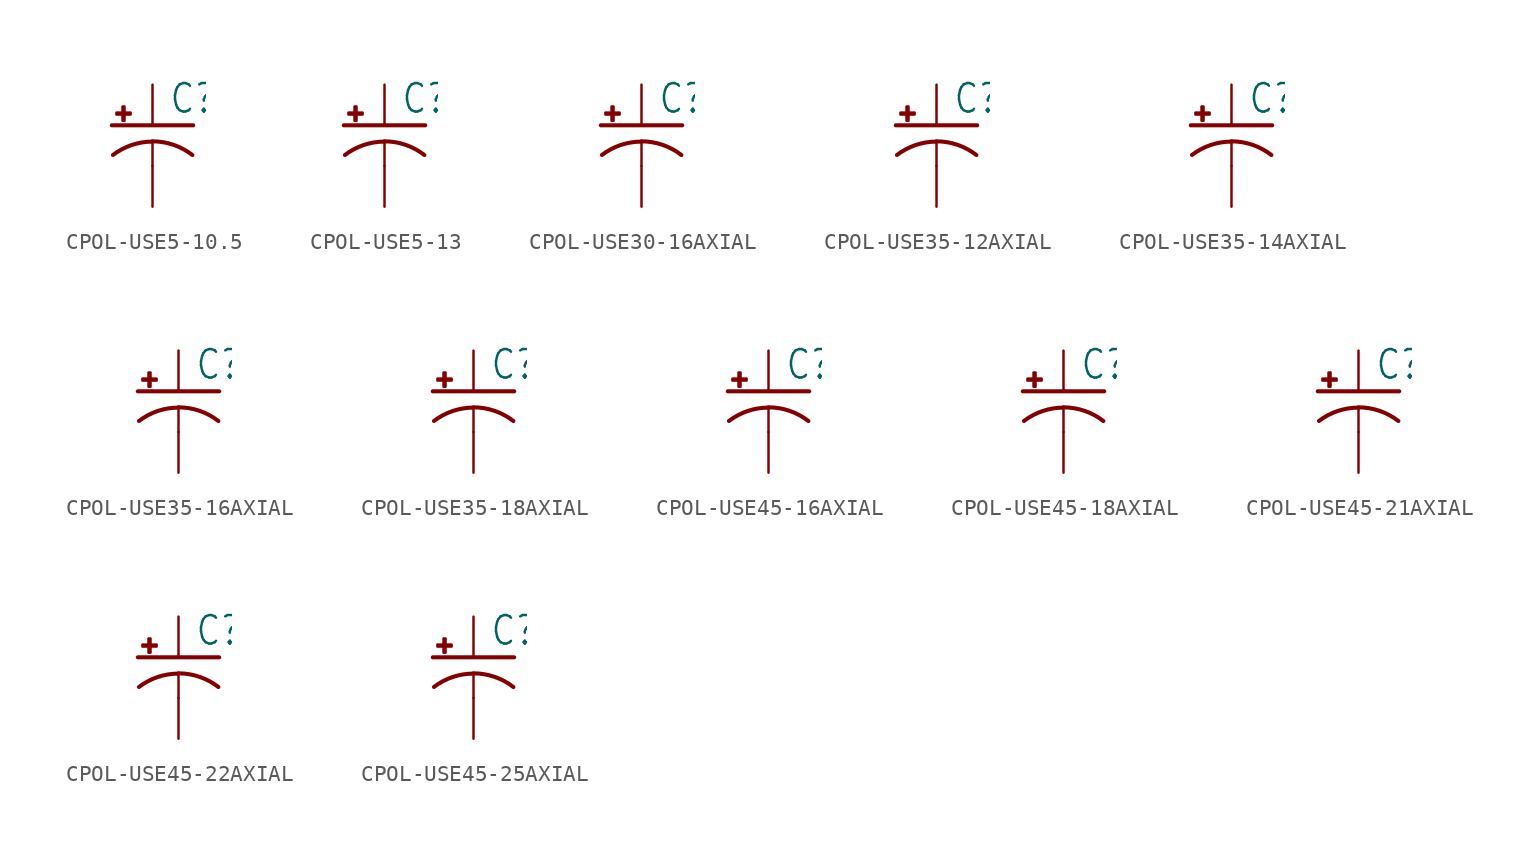
<source format=kicad_sym>
(kicad_symbol_lib
  (version 20241209)
  (generator "kicad_symbol_editor")
  (generator_version "9.0")
  (symbol "CPOL-USE5-10.5"
    (property "Reference" "C"
      (at 1.016 0.635 0)
      (effects (font (size 1.778 1.511)) (justify left bottom)))
    (property "Value" ""
      (at 1.016 -4.191 0)
      (effects (font (size 1.778 1.511)) (justify left bottom)))
    (property "ki_locked" ""
      (at 0 0 0)
      (effects (font (size 1.27 1.27))))
    (symbol "CPOL-USE5-10.5_1_0"
      (polyline (pts (xy -2.54 0) (xy 2.54 0)) (stroke (width 0.254) (type solid)) (fill (type none)))
      (rectangle (start -2.253 0.668) (end -1.364 0.795) (stroke (width 0) (type default)) (fill (type outline)))
      (rectangle (start -1.872 0.287) (end -1.745 1.176) (stroke (width 0) (type default)) (fill (type outline)))
      (arc (start -2.4669 -1.8504) (mid -1.3021 -1.2303) (end 0 -1.0161) (stroke (width 0.254) (type solid)) (fill (type none)))
      (polyline (pts (xy 0 -1.016) (xy 0 -2.54)) (stroke (width 0.152) (type solid)) (fill (type none)))
      (arc (start 0 -1) (mid 1.3158 -1.2195) (end 2.4892 -1.8541) (stroke (width 0.254) (type solid)) (fill (type none)))
      (pin passive line (at 0 2.54 270) (length 2.54) (name "+" (effects (font (size 0 0)))) (number "+" (effects (font (size 0 0)))))
      (pin passive line (at 0 -5.08 90) (length 2.54) (name "-" (effects (font (size 0 0)))) (number "-" (effects (font (size 0 0)))))))
  (symbol "CPOL-USE5-13"
    (property "Reference" "C"
      (at 1.016 0.635 0)
      (effects (font (size 1.778 1.511)) (justify left bottom)))
    (property "Value" ""
      (at 1.016 -4.191 0)
      (effects (font (size 1.778 1.511)) (justify left bottom)))
    (property "ki_locked" ""
      (at 0 0 0)
      (effects (font (size 1.27 1.27))))
    (symbol "CPOL-USE5-13_1_0"
      (polyline (pts (xy -2.54 0) (xy 2.54 0)) (stroke (width 0.254) (type solid)) (fill (type none)))
      (rectangle (start -2.253 0.668) (end -1.364 0.795) (stroke (width 0) (type default)) (fill (type outline)))
      (rectangle (start -1.872 0.287) (end -1.745 1.176) (stroke (width 0) (type default)) (fill (type outline)))
      (arc (start -2.4669 -1.8504) (mid -1.3021 -1.2303) (end 0 -1.0161) (stroke (width 0.254) (type solid)) (fill (type none)))
      (polyline (pts (xy 0 -1.016) (xy 0 -2.54)) (stroke (width 0.152) (type solid)) (fill (type none)))
      (arc (start 0 -1) (mid 1.3158 -1.2195) (end 2.4892 -1.8541) (stroke (width 0.254) (type solid)) (fill (type none)))
      (pin passive line (at 0 2.54 270) (length 2.54) (name "+" (effects (font (size 0 0)))) (number "+" (effects (font (size 0 0)))))
      (pin passive line (at 0 -5.08 90) (length 2.54) (name "-" (effects (font (size 0 0)))) (number "-" (effects (font (size 0 0)))))))
  (symbol "CPOL-USE30-16AXIAL"
    (property "Reference" "C"
      (at 1.016 0.635 0)
      (effects (font (size 1.778 1.511)) (justify left bottom)))
    (property "Value" ""
      (at 1.016 -4.191 0)
      (effects (font (size 1.778 1.511)) (justify left bottom)))
    (property "ki_locked" ""
      (at 0 0 0)
      (effects (font (size 1.27 1.27))))
    (symbol "CPOL-USE30-16AXIAL_1_0"
      (polyline (pts (xy -2.54 0) (xy 2.54 0)) (stroke (width 0.254) (type solid)) (fill (type none)))
      (rectangle (start -2.253 0.668) (end -1.364 0.795) (stroke (width 0) (type default)) (fill (type outline)))
      (rectangle (start -1.872 0.287) (end -1.745 1.176) (stroke (width 0) (type default)) (fill (type outline)))
      (arc (start -2.4669 -1.8504) (mid -1.3021 -1.2303) (end 0 -1.0161) (stroke (width 0.254) (type solid)) (fill (type none)))
      (polyline (pts (xy 0 -1.016) (xy 0 -2.54)) (stroke (width 0.152) (type solid)) (fill (type none)))
      (arc (start 0 -1) (mid 1.3158 -1.2195) (end 2.4892 -1.8541) (stroke (width 0.254) (type solid)) (fill (type none)))
      (pin passive line (at 0 2.54 270) (length 2.54) (name "+" (effects (font (size 0 0)))) (number "+" (effects (font (size 0 0)))))
      (pin passive line (at 0 -5.08 90) (length 2.54) (name "-" (effects (font (size 0 0)))) (number "-" (effects (font (size 0 0)))))))
  (symbol "CPOL-USE35-12AXIAL"
    (property "Reference" "C"
      (at 1.016 0.635 0)
      (effects (font (size 1.778 1.511)) (justify left bottom)))
    (property "Value" ""
      (at 1.016 -4.191 0)
      (effects (font (size 1.778 1.511)) (justify left bottom)))
    (property "ki_locked" ""
      (at 0 0 0)
      (effects (font (size 1.27 1.27))))
    (symbol "CPOL-USE35-12AXIAL_1_0"
      (polyline (pts (xy -2.54 0) (xy 2.54 0)) (stroke (width 0.254) (type solid)) (fill (type none)))
      (rectangle (start -2.253 0.668) (end -1.364 0.795) (stroke (width 0) (type default)) (fill (type outline)))
      (rectangle (start -1.872 0.287) (end -1.745 1.176) (stroke (width 0) (type default)) (fill (type outline)))
      (arc (start -2.4669 -1.8504) (mid -1.3021 -1.2303) (end 0 -1.0161) (stroke (width 0.254) (type solid)) (fill (type none)))
      (polyline (pts (xy 0 -1.016) (xy 0 -2.54)) (stroke (width 0.152) (type solid)) (fill (type none)))
      (arc (start 0 -1) (mid 1.3158 -1.2195) (end 2.4892 -1.8541) (stroke (width 0.254) (type solid)) (fill (type none)))
      (pin passive line (at 0 2.54 270) (length 2.54) (name "+" (effects (font (size 0 0)))) (number "+" (effects (font (size 0 0)))))
      (pin passive line (at 0 -5.08 90) (length 2.54) (name "-" (effects (font (size 0 0)))) (number "-" (effects (font (size 0 0)))))))
  (symbol "CPOL-USE35-14AXIAL"
    (property "Reference" "C"
      (at 1.016 0.635 0)
      (effects (font (size 1.778 1.511)) (justify left bottom)))
    (property "Value" ""
      (at 1.016 -4.191 0)
      (effects (font (size 1.778 1.511)) (justify left bottom)))
    (property "ki_locked" ""
      (at 0 0 0)
      (effects (font (size 1.27 1.27))))
    (symbol "CPOL-USE35-14AXIAL_1_0"
      (polyline (pts (xy -2.54 0) (xy 2.54 0)) (stroke (width 0.254) (type solid)) (fill (type none)))
      (rectangle (start -2.253 0.668) (end -1.364 0.795) (stroke (width 0) (type default)) (fill (type outline)))
      (rectangle (start -1.872 0.287) (end -1.745 1.176) (stroke (width 0) (type default)) (fill (type outline)))
      (arc (start -2.4669 -1.8504) (mid -1.3021 -1.2303) (end 0 -1.0161) (stroke (width 0.254) (type solid)) (fill (type none)))
      (polyline (pts (xy 0 -1.016) (xy 0 -2.54)) (stroke (width 0.152) (type solid)) (fill (type none)))
      (arc (start 0 -1) (mid 1.3158 -1.2195) (end 2.4892 -1.8541) (stroke (width 0.254) (type solid)) (fill (type none)))
      (pin passive line (at 0 2.54 270) (length 2.54) (name "+" (effects (font (size 0 0)))) (number "+" (effects (font (size 0 0)))))
      (pin passive line (at 0 -5.08 90) (length 2.54) (name "-" (effects (font (size 0 0)))) (number "-" (effects (font (size 0 0)))))))
  (symbol "CPOL-USE35-16AXIAL"
    (property "Reference" "C"
      (at 1.016 0.635 0)
      (effects (font (size 1.778 1.511)) (justify left bottom)))
    (property "Value" ""
      (at 1.016 -4.191 0)
      (effects (font (size 1.778 1.511)) (justify left bottom)))
    (property "ki_locked" ""
      (at 0 0 0)
      (effects (font (size 1.27 1.27))))
    (symbol "CPOL-USE35-16AXIAL_1_0"
      (polyline (pts (xy -2.54 0) (xy 2.54 0)) (stroke (width 0.254) (type solid)) (fill (type none)))
      (rectangle (start -2.253 0.668) (end -1.364 0.795) (stroke (width 0) (type default)) (fill (type outline)))
      (rectangle (start -1.872 0.287) (end -1.745 1.176) (stroke (width 0) (type default)) (fill (type outline)))
      (arc (start -2.4669 -1.8504) (mid -1.3021 -1.2303) (end 0 -1.0161) (stroke (width 0.254) (type solid)) (fill (type none)))
      (polyline (pts (xy 0 -1.016) (xy 0 -2.54)) (stroke (width 0.152) (type solid)) (fill (type none)))
      (arc (start 0 -1) (mid 1.3158 -1.2195) (end 2.4892 -1.8541) (stroke (width 0.254) (type solid)) (fill (type none)))
      (pin passive line (at 0 2.54 270) (length 2.54) (name "+" (effects (font (size 0 0)))) (number "+" (effects (font (size 0 0)))))
      (pin passive line (at 0 -5.08 90) (length 2.54) (name "-" (effects (font (size 0 0)))) (number "-" (effects (font (size 0 0)))))))
  (symbol "CPOL-USE35-18AXIAL"
    (property "Reference" "C"
      (at 1.016 0.635 0)
      (effects (font (size 1.778 1.511)) (justify left bottom)))
    (property "Value" ""
      (at 1.016 -4.191 0)
      (effects (font (size 1.778 1.511)) (justify left bottom)))
    (property "ki_locked" ""
      (at 0 0 0)
      (effects (font (size 1.27 1.27))))
    (symbol "CPOL-USE35-18AXIAL_1_0"
      (polyline (pts (xy -2.54 0) (xy 2.54 0)) (stroke (width 0.254) (type solid)) (fill (type none)))
      (rectangle (start -2.253 0.668) (end -1.364 0.795) (stroke (width 0) (type default)) (fill (type outline)))
      (rectangle (start -1.872 0.287) (end -1.745 1.176) (stroke (width 0) (type default)) (fill (type outline)))
      (arc (start -2.4669 -1.8504) (mid -1.3021 -1.2303) (end 0 -1.0161) (stroke (width 0.254) (type solid)) (fill (type none)))
      (polyline (pts (xy 0 -1.016) (xy 0 -2.54)) (stroke (width 0.152) (type solid)) (fill (type none)))
      (arc (start 0 -1) (mid 1.3158 -1.2195) (end 2.4892 -1.8541) (stroke (width 0.254) (type solid)) (fill (type none)))
      (pin passive line (at 0 2.54 270) (length 2.54) (name "+" (effects (font (size 0 0)))) (number "+" (effects (font (size 0 0)))))
      (pin passive line (at 0 -5.08 90) (length 2.54) (name "-" (effects (font (size 0 0)))) (number "-" (effects (font (size 0 0)))))))
  (symbol "CPOL-USE45-16AXIAL"
    (property "Reference" "C"
      (at 1.016 0.635 0)
      (effects (font (size 1.778 1.511)) (justify left bottom)))
    (property "Value" ""
      (at 1.016 -4.191 0)
      (effects (font (size 1.778 1.511)) (justify left bottom)))
    (property "ki_locked" ""
      (at 0 0 0)
      (effects (font (size 1.27 1.27))))
    (symbol "CPOL-USE45-16AXIAL_1_0"
      (polyline (pts (xy -2.54 0) (xy 2.54 0)) (stroke (width 0.254) (type solid)) (fill (type none)))
      (rectangle (start -2.253 0.668) (end -1.364 0.795) (stroke (width 0) (type default)) (fill (type outline)))
      (rectangle (start -1.872 0.287) (end -1.745 1.176) (stroke (width 0) (type default)) (fill (type outline)))
      (arc (start -2.4669 -1.8504) (mid -1.3021 -1.2303) (end 0 -1.0161) (stroke (width 0.254) (type solid)) (fill (type none)))
      (polyline (pts (xy 0 -1.016) (xy 0 -2.54)) (stroke (width 0.152) (type solid)) (fill (type none)))
      (arc (start 0 -1) (mid 1.3158 -1.2195) (end 2.4892 -1.8541) (stroke (width 0.254) (type solid)) (fill (type none)))
      (pin passive line (at 0 2.54 270) (length 2.54) (name "+" (effects (font (size 0 0)))) (number "+" (effects (font (size 0 0)))))
      (pin passive line (at 0 -5.08 90) (length 2.54) (name "-" (effects (font (size 0 0)))) (number "-" (effects (font (size 0 0)))))))
  (symbol "CPOL-USE45-18AXIAL"
    (property "Reference" "C"
      (at 1.016 0.635 0)
      (effects (font (size 1.778 1.511)) (justify left bottom)))
    (property "Value" ""
      (at 1.016 -4.191 0)
      (effects (font (size 1.778 1.511)) (justify left bottom)))
    (property "ki_locked" ""
      (at 0 0 0)
      (effects (font (size 1.27 1.27))))
    (symbol "CPOL-USE45-18AXIAL_1_0"
      (polyline (pts (xy -2.54 0) (xy 2.54 0)) (stroke (width 0.254) (type solid)) (fill (type none)))
      (rectangle (start -2.253 0.668) (end -1.364 0.795) (stroke (width 0) (type default)) (fill (type outline)))
      (rectangle (start -1.872 0.287) (end -1.745 1.176) (stroke (width 0) (type default)) (fill (type outline)))
      (arc (start -2.4669 -1.8504) (mid -1.3021 -1.2303) (end 0 -1.0161) (stroke (width 0.254) (type solid)) (fill (type none)))
      (polyline (pts (xy 0 -1.016) (xy 0 -2.54)) (stroke (width 0.152) (type solid)) (fill (type none)))
      (arc (start 0 -1) (mid 1.3158 -1.2195) (end 2.4892 -1.8541) (stroke (width 0.254) (type solid)) (fill (type none)))
      (pin passive line (at 0 2.54 270) (length 2.54) (name "+" (effects (font (size 0 0)))) (number "+" (effects (font (size 0 0)))))
      (pin passive line (at 0 -5.08 90) (length 2.54) (name "-" (effects (font (size 0 0)))) (number "-" (effects (font (size 0 0)))))))
  (symbol "CPOL-USE45-21AXIAL"
    (property "Reference" "C"
      (at 1.016 0.635 0)
      (effects (font (size 1.778 1.511)) (justify left bottom)))
    (property "Value" ""
      (at 1.016 -4.191 0)
      (effects (font (size 1.778 1.511)) (justify left bottom)))
    (property "ki_locked" ""
      (at 0 0 0)
      (effects (font (size 1.27 1.27))))
    (symbol "CPOL-USE45-21AXIAL_1_0"
      (polyline (pts (xy -2.54 0) (xy 2.54 0)) (stroke (width 0.254) (type solid)) (fill (type none)))
      (rectangle (start -2.253 0.668) (end -1.364 0.795) (stroke (width 0) (type default)) (fill (type outline)))
      (rectangle (start -1.872 0.287) (end -1.745 1.176) (stroke (width 0) (type default)) (fill (type outline)))
      (arc (start -2.4669 -1.8504) (mid -1.3021 -1.2303) (end 0 -1.0161) (stroke (width 0.254) (type solid)) (fill (type none)))
      (polyline (pts (xy 0 -1.016) (xy 0 -2.54)) (stroke (width 0.152) (type solid)) (fill (type none)))
      (arc (start 0 -1) (mid 1.3158 -1.2195) (end 2.4892 -1.8541) (stroke (width 0.254) (type solid)) (fill (type none)))
      (pin passive line (at 0 2.54 270) (length 2.54) (name "+" (effects (font (size 0 0)))) (number "+" (effects (font (size 0 0)))))
      (pin passive line (at 0 -5.08 90) (length 2.54) (name "-" (effects (font (size 0 0)))) (number "-" (effects (font (size 0 0)))))))
  (symbol "CPOL-USE45-22AXIAL"
    (property "Reference" "C"
      (at 1.016 0.635 0)
      (effects (font (size 1.778 1.511)) (justify left bottom)))
    (property "Value" ""
      (at 1.016 -4.191 0)
      (effects (font (size 1.778 1.511)) (justify left bottom)))
    (property "ki_locked" ""
      (at 0 0 0)
      (effects (font (size 1.27 1.27))))
    (symbol "CPOL-USE45-22AXIAL_1_0"
      (polyline (pts (xy -2.54 0) (xy 2.54 0)) (stroke (width 0.254) (type solid)) (fill (type none)))
      (rectangle (start -2.253 0.668) (end -1.364 0.795) (stroke (width 0) (type default)) (fill (type outline)))
      (rectangle (start -1.872 0.287) (end -1.745 1.176) (stroke (width 0) (type default)) (fill (type outline)))
      (arc (start -2.4669 -1.8504) (mid -1.3021 -1.2303) (end 0 -1.0161) (stroke (width 0.254) (type solid)) (fill (type none)))
      (polyline (pts (xy 0 -1.016) (xy 0 -2.54)) (stroke (width 0.152) (type solid)) (fill (type none)))
      (arc (start 0 -1) (mid 1.3158 -1.2195) (end 2.4892 -1.8541) (stroke (width 0.254) (type solid)) (fill (type none)))
      (pin passive line (at 0 2.54 270) (length 2.54) (name "+" (effects (font (size 0 0)))) (number "+" (effects (font (size 0 0)))))
      (pin passive line (at 0 -5.08 90) (length 2.54) (name "-" (effects (font (size 0 0)))) (number "-" (effects (font (size 0 0)))))))
  (symbol "CPOL-USE45-25AXIAL"
    (property "Reference" "C"
      (at 1.016 0.635 0)
      (effects (font (size 1.778 1.511)) (justify left bottom)))
    (property "Value" ""
      (at 1.016 -4.191 0)
      (effects (font (size 1.778 1.511)) (justify left bottom)))
    (property "ki_locked" ""
      (at 0 0 0)
      (effects (font (size 1.27 1.27))))
    (symbol "CPOL-USE45-25AXIAL_1_0"
      (polyline (pts (xy -2.54 0) (xy 2.54 0)) (stroke (width 0.254) (type solid)) (fill (type none)))
      (rectangle (start -2.253 0.668) (end -1.364 0.795) (stroke (width 0) (type default)) (fill (type outline)))
      (rectangle (start -1.872 0.287) (end -1.745 1.176) (stroke (width 0) (type default)) (fill (type outline)))
      (arc (start -2.4669 -1.8504) (mid -1.3021 -1.2303) (end 0 -1.0161) (stroke (width 0.254) (type solid)) (fill (type none)))
      (polyline (pts (xy 0 -1.016) (xy 0 -2.54)) (stroke (width 0.152) (type solid)) (fill (type none)))
      (arc (start 0 -1) (mid 1.3158 -1.2195) (end 2.4892 -1.8541) (stroke (width 0.254) (type solid)) (fill (type none)))
      (pin passive line (at 0 2.54 270) (length 2.54) (name "+" (effects (font (size 0 0)))) (number "+" (effects (font (size 0 0)))))
      (pin passive line (at 0 -5.08 90) (length 2.54) (name "-" (effects (font (size 0 0)))) (number "-" (effects (font (size 0 0))))))))
</source>
